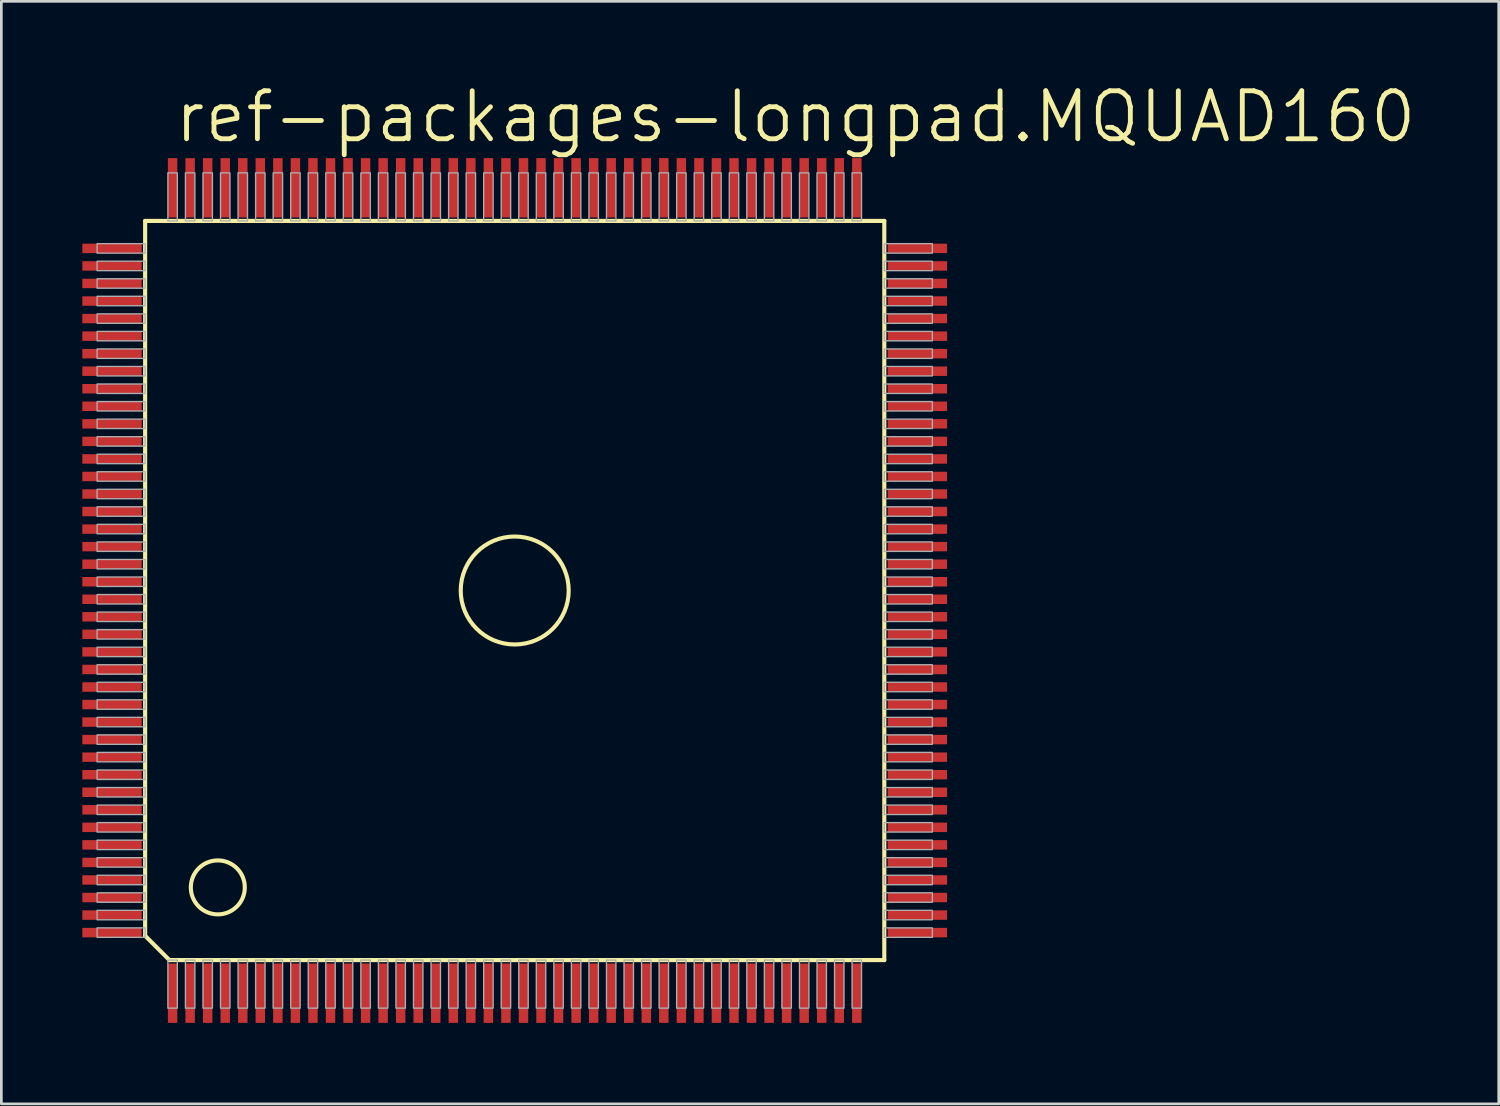
<source format=kicad_pcb>
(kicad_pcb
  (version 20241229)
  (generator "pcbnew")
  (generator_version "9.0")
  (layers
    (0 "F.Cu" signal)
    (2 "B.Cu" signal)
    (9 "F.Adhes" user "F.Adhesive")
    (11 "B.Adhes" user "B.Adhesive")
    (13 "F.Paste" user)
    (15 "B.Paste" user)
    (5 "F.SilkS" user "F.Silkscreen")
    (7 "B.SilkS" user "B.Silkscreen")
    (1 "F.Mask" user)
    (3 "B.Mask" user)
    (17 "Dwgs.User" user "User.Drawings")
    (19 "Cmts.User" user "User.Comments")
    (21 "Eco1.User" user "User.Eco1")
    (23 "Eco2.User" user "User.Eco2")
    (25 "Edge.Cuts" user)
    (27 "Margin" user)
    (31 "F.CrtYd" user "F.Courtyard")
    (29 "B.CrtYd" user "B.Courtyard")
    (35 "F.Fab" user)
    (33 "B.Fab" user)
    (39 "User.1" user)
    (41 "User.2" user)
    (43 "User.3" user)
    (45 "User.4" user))
  (footprint "ref-packages-longpad.MQUAD160"
    (layer "F.Cu")
    (at 16.02 18.828)
    (property "Reference" "ref-packages-longpad.MQUAD160" (at -12.7 -16.51 0) (layer "F.SilkS") (effects (font (size 1.778 1.778) (thickness 0.18)) (justify left bottom)))
    (attr smd)
    (fp_line (start -13.693 -13.693) (end 13.693 -13.693) (stroke (width 0.152) (type default)) (layer "F.SilkS"))
    (fp_line (start -13.693 12.793) (end -13.693 -13.693) (stroke (width 0.152) (type default)) (layer "F.SilkS"))
    (fp_line (start -12.793 13.693) (end -13.693 12.793) (stroke (width 0.152) (type default)) (layer "F.SilkS"))
    (fp_line (start 13.693 -13.693) (end 13.693 13.693) (stroke (width 0.152) (type default)) (layer "F.SilkS"))
    (fp_line (start 13.693 13.693) (end -12.793 13.693) (stroke (width 0.152) (type default)) (layer "F.SilkS"))
    (fp_circle (center -11 11) (end -10 11) (stroke (width 0.152) (type default)) (fill no) (layer "F.SilkS"))
    (fp_circle (center 0 0) (end 2 0) (stroke (width 0.152) (type default)) (fill no) (layer "F.SilkS"))
    (fp_rect (start -15.473 -12.5) (end -13.693 -12.85) (stroke (width 0.05) (type default)) (fill no) (layer "F.Fab"))
    (fp_rect (start -15.473 -11.85) (end -13.693 -12.2) (stroke (width 0.05) (type default)) (fill no) (layer "F.Fab"))
    (fp_rect (start -15.473 -11.2) (end -13.693 -11.55) (stroke (width 0.05) (type default)) (fill no) (layer "F.Fab"))
    (fp_rect (start -15.473 -10.55) (end -13.693 -10.9) (stroke (width 0.05) (type default)) (fill no) (layer "F.Fab"))
    (fp_rect (start -15.473 -9.9) (end -13.693 -10.25) (stroke (width 0.05) (type default)) (fill no) (layer "F.Fab"))
    (fp_rect (start -15.473 -9.25) (end -13.693 -9.6) (stroke (width 0.05) (type default)) (fill no) (layer "F.Fab"))
    (fp_rect (start -15.473 -8.6) (end -13.693 -8.95) (stroke (width 0.05) (type default)) (fill no) (layer "F.Fab"))
    (fp_rect (start -15.473 -7.95) (end -13.693 -8.3) (stroke (width 0.05) (type default)) (fill no) (layer "F.Fab"))
    (fp_rect (start -15.473 -7.3) (end -13.693 -7.65) (stroke (width 0.05) (type default)) (fill no) (layer "F.Fab"))
    (fp_rect (start -15.473 -6.65) (end -13.693 -7) (stroke (width 0.05) (type default)) (fill no) (layer "F.Fab"))
    (fp_rect (start -15.473 -6) (end -13.693 -6.35) (stroke (width 0.05) (type default)) (fill no) (layer "F.Fab"))
    (fp_rect (start -15.473 -5.35) (end -13.693 -5.7) (stroke (width 0.05) (type default)) (fill no) (layer "F.Fab"))
    (fp_rect (start -15.473 -4.7) (end -13.693 -5.05) (stroke (width 0.05) (type default)) (fill no) (layer "F.Fab"))
    (fp_rect (start -15.473 -4.05) (end -13.693 -4.4) (stroke (width 0.05) (type default)) (fill no) (layer "F.Fab"))
    (fp_rect (start -15.473 -3.4) (end -13.693 -3.75) (stroke (width 0.05) (type default)) (fill no) (layer "F.Fab"))
    (fp_rect (start -15.473 -2.75) (end -13.693 -3.1) (stroke (width 0.05) (type default)) (fill no) (layer "F.Fab"))
    (fp_rect (start -15.473 -2.1) (end -13.693 -2.45) (stroke (width 0.05) (type default)) (fill no) (layer "F.Fab"))
    (fp_rect (start -15.473 -1.45) (end -13.693 -1.8) (stroke (width 0.05) (type default)) (fill no) (layer "F.Fab"))
    (fp_rect (start -15.473 -0.8) (end -13.693 -1.15) (stroke (width 0.05) (type default)) (fill no) (layer "F.Fab"))
    (fp_rect (start -15.473 -0.15) (end -13.693 -0.5) (stroke (width 0.05) (type default)) (fill no) (layer "F.Fab"))
    (fp_rect (start -15.473 0.5) (end -13.693 0.15) (stroke (width 0.05) (type default)) (fill no) (layer "F.Fab"))
    (fp_rect (start -15.473 1.15) (end -13.693 0.8) (stroke (width 0.05) (type default)) (fill no) (layer "F.Fab"))
    (fp_rect (start -15.473 1.8) (end -13.693 1.45) (stroke (width 0.05) (type default)) (fill no) (layer "F.Fab"))
    (fp_rect (start -15.473 2.45) (end -13.693 2.1) (stroke (width 0.05) (type default)) (fill no) (layer "F.Fab"))
    (fp_rect (start -15.473 3.1) (end -13.693 2.75) (stroke (width 0.05) (type default)) (fill no) (layer "F.Fab"))
    (fp_rect (start -15.473 3.75) (end -13.693 3.4) (stroke (width 0.05) (type default)) (fill no) (layer "F.Fab"))
    (fp_rect (start -15.473 4.4) (end -13.693 4.05) (stroke (width 0.05) (type default)) (fill no) (layer "F.Fab"))
    (fp_rect (start -15.473 5.05) (end -13.693 4.7) (stroke (width 0.05) (type default)) (fill no) (layer "F.Fab"))
    (fp_rect (start -15.473 5.7) (end -13.693 5.35) (stroke (width 0.05) (type default)) (fill no) (layer "F.Fab"))
    (fp_rect (start -15.473 6.35) (end -13.693 6) (stroke (width 0.05) (type default)) (fill no) (layer "F.Fab"))
    (fp_rect (start -15.473 7) (end -13.693 6.65) (stroke (width 0.05) (type default)) (fill no) (layer "F.Fab"))
    (fp_rect (start -15.473 7.65) (end -13.693 7.3) (stroke (width 0.05) (type default)) (fill no) (layer "F.Fab"))
    (fp_rect (start -15.473 8.3) (end -13.693 7.95) (stroke (width 0.05) (type default)) (fill no) (layer "F.Fab"))
    (fp_rect (start -15.473 8.95) (end -13.693 8.6) (stroke (width 0.05) (type default)) (fill no) (layer "F.Fab"))
    (fp_rect (start -15.473 9.6) (end -13.693 9.25) (stroke (width 0.05) (type default)) (fill no) (layer "F.Fab"))
    (fp_rect (start -15.473 10.25) (end -13.693 9.9) (stroke (width 0.05) (type default)) (fill no) (layer "F.Fab"))
    (fp_rect (start -15.473 10.9) (end -13.693 10.55) (stroke (width 0.05) (type default)) (fill no) (layer "F.Fab"))
    (fp_rect (start -15.473 11.55) (end -13.693 11.2) (stroke (width 0.05) (type default)) (fill no) (layer "F.Fab"))
    (fp_rect (start -15.473 12.2) (end -13.693 11.85) (stroke (width 0.05) (type default)) (fill no) (layer "F.Fab"))
    (fp_rect (start -15.473 12.85) (end -13.693 12.5) (stroke (width 0.05) (type default)) (fill no) (layer "F.Fab"))
    (fp_rect (start -12.85 -13.693) (end -12.5 -15.473) (stroke (width 0.05) (type default)) (fill no) (layer "F.Fab"))
    (fp_rect (start -12.85 15.473) (end -12.5 13.693) (stroke (width 0.05) (type default)) (fill no) (layer "F.Fab"))
    (fp_rect (start -12.2 -13.693) (end -11.85 -15.473) (stroke (width 0.05) (type default)) (fill no) (layer "F.Fab"))
    (fp_rect (start -12.2 15.473) (end -11.85 13.693) (stroke (width 0.05) (type default)) (fill no) (layer "F.Fab"))
    (fp_rect (start -11.55 -13.693) (end -11.2 -15.473) (stroke (width 0.05) (type default)) (fill no) (layer "F.Fab"))
    (fp_rect (start -11.55 15.473) (end -11.2 13.693) (stroke (width 0.05) (type default)) (fill no) (layer "F.Fab"))
    (fp_rect (start -10.9 -13.693) (end -10.55 -15.473) (stroke (width 0.05) (type default)) (fill no) (layer "F.Fab"))
    (fp_rect (start -10.9 15.473) (end -10.55 13.693) (stroke (width 0.05) (type default)) (fill no) (layer "F.Fab"))
    (fp_rect (start -10.25 -13.693) (end -9.9 -15.473) (stroke (width 0.05) (type default)) (fill no) (layer "F.Fab"))
    (fp_rect (start -10.25 15.473) (end -9.9 13.693) (stroke (width 0.05) (type default)) (fill no) (layer "F.Fab"))
    (fp_rect (start -9.6 -13.693) (end -9.25 -15.473) (stroke (width 0.05) (type default)) (fill no) (layer "F.Fab"))
    (fp_rect (start -9.6 15.473) (end -9.25 13.693) (stroke (width 0.05) (type default)) (fill no) (layer "F.Fab"))
    (fp_rect (start -8.95 -13.693) (end -8.6 -15.473) (stroke (width 0.05) (type default)) (fill no) (layer "F.Fab"))
    (fp_rect (start -8.95 15.473) (end -8.6 13.693) (stroke (width 0.05) (type default)) (fill no) (layer "F.Fab"))
    (fp_rect (start -8.3 -13.693) (end -7.95 -15.473) (stroke (width 0.05) (type default)) (fill no) (layer "F.Fab"))
    (fp_rect (start -8.3 15.473) (end -7.95 13.693) (stroke (width 0.05) (type default)) (fill no) (layer "F.Fab"))
    (fp_rect (start -7.65 -13.693) (end -7.3 -15.473) (stroke (width 0.05) (type default)) (fill no) (layer "F.Fab"))
    (fp_rect (start -7.65 15.473) (end -7.3 13.693) (stroke (width 0.05) (type default)) (fill no) (layer "F.Fab"))
    (fp_rect (start -7 -13.693) (end -6.65 -15.473) (stroke (width 0.05) (type default)) (fill no) (layer "F.Fab"))
    (fp_rect (start -7 15.473) (end -6.65 13.693) (stroke (width 0.05) (type default)) (fill no) (layer "F.Fab"))
    (fp_rect (start -6.35 -13.693) (end -6 -15.473) (stroke (width 0.05) (type default)) (fill no) (layer "F.Fab"))
    (fp_rect (start -6.35 15.473) (end -6 13.693) (stroke (width 0.05) (type default)) (fill no) (layer "F.Fab"))
    (fp_rect (start -5.7 -13.693) (end -5.35 -15.473) (stroke (width 0.05) (type default)) (fill no) (layer "F.Fab"))
    (fp_rect (start -5.7 15.473) (end -5.35 13.693) (stroke (width 0.05) (type default)) (fill no) (layer "F.Fab"))
    (fp_rect (start -5.05 -13.693) (end -4.7 -15.473) (stroke (width 0.05) (type default)) (fill no) (layer "F.Fab"))
    (fp_rect (start -5.05 15.473) (end -4.7 13.693) (stroke (width 0.05) (type default)) (fill no) (layer "F.Fab"))
    (fp_rect (start -4.4 -13.693) (end -4.05 -15.473) (stroke (width 0.05) (type default)) (fill no) (layer "F.Fab"))
    (fp_rect (start -4.4 15.473) (end -4.05 13.693) (stroke (width 0.05) (type default)) (fill no) (layer "F.Fab"))
    (fp_rect (start -3.75 -13.693) (end -3.4 -15.473) (stroke (width 0.05) (type default)) (fill no) (layer "F.Fab"))
    (fp_rect (start -3.75 15.473) (end -3.4 13.693) (stroke (width 0.05) (type default)) (fill no) (layer "F.Fab"))
    (fp_rect (start -3.1 -13.693) (end -2.75 -15.473) (stroke (width 0.05) (type default)) (fill no) (layer "F.Fab"))
    (fp_rect (start -3.1 15.473) (end -2.75 13.693) (stroke (width 0.05) (type default)) (fill no) (layer "F.Fab"))
    (fp_rect (start -2.45 -13.693) (end -2.1 -15.473) (stroke (width 0.05) (type default)) (fill no) (layer "F.Fab"))
    (fp_rect (start -2.45 15.473) (end -2.1 13.693) (stroke (width 0.05) (type default)) (fill no) (layer "F.Fab"))
    (fp_rect (start -1.8 -13.693) (end -1.45 -15.473) (stroke (width 0.05) (type default)) (fill no) (layer "F.Fab"))
    (fp_rect (start -1.8 15.473) (end -1.45 13.693) (stroke (width 0.05) (type default)) (fill no) (layer "F.Fab"))
    (fp_rect (start -1.15 -13.693) (end -0.8 -15.473) (stroke (width 0.05) (type default)) (fill no) (layer "F.Fab"))
    (fp_rect (start -1.15 15.473) (end -0.8 13.693) (stroke (width 0.05) (type default)) (fill no) (layer "F.Fab"))
    (fp_rect (start -0.5 -13.693) (end -0.15 -15.473) (stroke (width 0.05) (type default)) (fill no) (layer "F.Fab"))
    (fp_rect (start -0.5 15.473) (end -0.15 13.693) (stroke (width 0.05) (type default)) (fill no) (layer "F.Fab"))
    (fp_rect (start 0.15 -13.693) (end 0.5 -15.473) (stroke (width 0.05) (type default)) (fill no) (layer "F.Fab"))
    (fp_rect (start 0.15 15.473) (end 0.5 13.693) (stroke (width 0.05) (type default)) (fill no) (layer "F.Fab"))
    (fp_rect (start 0.8 -13.693) (end 1.15 -15.473) (stroke (width 0.05) (type default)) (fill no) (layer "F.Fab"))
    (fp_rect (start 0.8 15.473) (end 1.15 13.693) (stroke (width 0.05) (type default)) (fill no) (layer "F.Fab"))
    (fp_rect (start 1.45 -13.693) (end 1.8 -15.473) (stroke (width 0.05) (type default)) (fill no) (layer "F.Fab"))
    (fp_rect (start 1.45 15.473) (end 1.8 13.693) (stroke (width 0.05) (type default)) (fill no) (layer "F.Fab"))
    (fp_rect (start 2.1 -13.693) (end 2.45 -15.473) (stroke (width 0.05) (type default)) (fill no) (layer "F.Fab"))
    (fp_rect (start 2.1 15.473) (end 2.45 13.693) (stroke (width 0.05) (type default)) (fill no) (layer "F.Fab"))
    (fp_rect (start 2.75 -13.693) (end 3.1 -15.473) (stroke (width 0.05) (type default)) (fill no) (layer "F.Fab"))
    (fp_rect (start 2.75 15.473) (end 3.1 13.693) (stroke (width 0.05) (type default)) (fill no) (layer "F.Fab"))
    (fp_rect (start 3.4 -13.693) (end 3.75 -15.473) (stroke (width 0.05) (type default)) (fill no) (layer "F.Fab"))
    (fp_rect (start 3.4 15.473) (end 3.75 13.693) (stroke (width 0.05) (type default)) (fill no) (layer "F.Fab"))
    (fp_rect (start 4.05 -13.693) (end 4.4 -15.473) (stroke (width 0.05) (type default)) (fill no) (layer "F.Fab"))
    (fp_rect (start 4.05 15.473) (end 4.4 13.693) (stroke (width 0.05) (type default)) (fill no) (layer "F.Fab"))
    (fp_rect (start 4.7 -13.693) (end 5.05 -15.473) (stroke (width 0.05) (type default)) (fill no) (layer "F.Fab"))
    (fp_rect (start 4.7 15.473) (end 5.05 13.693) (stroke (width 0.05) (type default)) (fill no) (layer "F.Fab"))
    (fp_rect (start 5.35 -13.693) (end 5.7 -15.473) (stroke (width 0.05) (type default)) (fill no) (layer "F.Fab"))
    (fp_rect (start 5.35 15.473) (end 5.7 13.693) (stroke (width 0.05) (type default)) (fill no) (layer "F.Fab"))
    (fp_rect (start 6 -13.693) (end 6.35 -15.473) (stroke (width 0.05) (type default)) (fill no) (layer "F.Fab"))
    (fp_rect (start 6 15.473) (end 6.35 13.693) (stroke (width 0.05) (type default)) (fill no) (layer "F.Fab"))
    (fp_rect (start 6.65 -13.693) (end 7 -15.473) (stroke (width 0.05) (type default)) (fill no) (layer "F.Fab"))
    (fp_rect (start 6.65 15.473) (end 7 13.693) (stroke (width 0.05) (type default)) (fill no) (layer "F.Fab"))
    (fp_rect (start 7.3 -13.693) (end 7.65 -15.473) (stroke (width 0.05) (type default)) (fill no) (layer "F.Fab"))
    (fp_rect (start 7.3 15.473) (end 7.65 13.693) (stroke (width 0.05) (type default)) (fill no) (layer "F.Fab"))
    (fp_rect (start 7.95 -13.693) (end 8.3 -15.473) (stroke (width 0.05) (type default)) (fill no) (layer "F.Fab"))
    (fp_rect (start 7.95 15.473) (end 8.3 13.693) (stroke (width 0.05) (type default)) (fill no) (layer "F.Fab"))
    (fp_rect (start 8.6 -13.693) (end 8.95 -15.473) (stroke (width 0.05) (type default)) (fill no) (layer "F.Fab"))
    (fp_rect (start 8.6 15.473) (end 8.95 13.693) (stroke (width 0.05) (type default)) (fill no) (layer "F.Fab"))
    (fp_rect (start 9.25 -13.693) (end 9.6 -15.473) (stroke (width 0.05) (type default)) (fill no) (layer "F.Fab"))
    (fp_rect (start 9.25 15.473) (end 9.6 13.693) (stroke (width 0.05) (type default)) (fill no) (layer "F.Fab"))
    (fp_rect (start 9.9 -13.693) (end 10.25 -15.473) (stroke (width 0.05) (type default)) (fill no) (layer "F.Fab"))
    (fp_rect (start 9.9 15.473) (end 10.25 13.693) (stroke (width 0.05) (type default)) (fill no) (layer "F.Fab"))
    (fp_rect (start 10.55 -13.693) (end 10.9 -15.473) (stroke (width 0.05) (type default)) (fill no) (layer "F.Fab"))
    (fp_rect (start 10.55 15.473) (end 10.9 13.693) (stroke (width 0.05) (type default)) (fill no) (layer "F.Fab"))
    (fp_rect (start 11.2 -13.693) (end 11.55 -15.473) (stroke (width 0.05) (type default)) (fill no) (layer "F.Fab"))
    (fp_rect (start 11.2 15.473) (end 11.55 13.693) (stroke (width 0.05) (type default)) (fill no) (layer "F.Fab"))
    (fp_rect (start 11.85 -13.693) (end 12.2 -15.473) (stroke (width 0.05) (type default)) (fill no) (layer "F.Fab"))
    (fp_rect (start 11.85 15.473) (end 12.2 13.693) (stroke (width 0.05) (type default)) (fill no) (layer "F.Fab"))
    (fp_rect (start 12.5 -13.693) (end 12.85 -15.473) (stroke (width 0.05) (type default)) (fill no) (layer "F.Fab"))
    (fp_rect (start 12.5 15.473) (end 12.85 13.693) (stroke (width 0.05) (type default)) (fill no) (layer "F.Fab"))
    (fp_rect (start 13.693 -12.5) (end 15.473 -12.85) (stroke (width 0.05) (type default)) (fill no) (layer "F.Fab"))
    (fp_rect (start 13.693 -11.85) (end 15.473 -12.2) (stroke (width 0.05) (type default)) (fill no) (layer "F.Fab"))
    (fp_rect (start 13.693 -11.2) (end 15.473 -11.55) (stroke (width 0.05) (type default)) (fill no) (layer "F.Fab"))
    (fp_rect (start 13.693 -10.55) (end 15.473 -10.9) (stroke (width 0.05) (type default)) (fill no) (layer "F.Fab"))
    (fp_rect (start 13.693 -9.9) (end 15.473 -10.25) (stroke (width 0.05) (type default)) (fill no) (layer "F.Fab"))
    (fp_rect (start 13.693 -9.25) (end 15.473 -9.6) (stroke (width 0.05) (type default)) (fill no) (layer "F.Fab"))
    (fp_rect (start 13.693 -8.6) (end 15.473 -8.95) (stroke (width 0.05) (type default)) (fill no) (layer "F.Fab"))
    (fp_rect (start 13.693 -7.95) (end 15.473 -8.3) (stroke (width 0.05) (type default)) (fill no) (layer "F.Fab"))
    (fp_rect (start 13.693 -7.3) (end 15.473 -7.65) (stroke (width 0.05) (type default)) (fill no) (layer "F.Fab"))
    (fp_rect (start 13.693 -6.65) (end 15.473 -7) (stroke (width 0.05) (type default)) (fill no) (layer "F.Fab"))
    (fp_rect (start 13.693 -6) (end 15.473 -6.35) (stroke (width 0.05) (type default)) (fill no) (layer "F.Fab"))
    (fp_rect (start 13.693 -5.35) (end 15.473 -5.7) (stroke (width 0.05) (type default)) (fill no) (layer "F.Fab"))
    (fp_rect (start 13.693 -4.7) (end 15.473 -5.05) (stroke (width 0.05) (type default)) (fill no) (layer "F.Fab"))
    (fp_rect (start 13.693 -4.05) (end 15.473 -4.4) (stroke (width 0.05) (type default)) (fill no) (layer "F.Fab"))
    (fp_rect (start 13.693 -3.4) (end 15.473 -3.75) (stroke (width 0.05) (type default)) (fill no) (layer "F.Fab"))
    (fp_rect (start 13.693 -2.75) (end 15.473 -3.1) (stroke (width 0.05) (type default)) (fill no) (layer "F.Fab"))
    (fp_rect (start 13.693 -2.1) (end 15.473 -2.45) (stroke (width 0.05) (type default)) (fill no) (layer "F.Fab"))
    (fp_rect (start 13.693 -1.45) (end 15.473 -1.8) (stroke (width 0.05) (type default)) (fill no) (layer "F.Fab"))
    (fp_rect (start 13.693 -0.8) (end 15.473 -1.15) (stroke (width 0.05) (type default)) (fill no) (layer "F.Fab"))
    (fp_rect (start 13.693 -0.15) (end 15.473 -0.5) (stroke (width 0.05) (type default)) (fill no) (layer "F.Fab"))
    (fp_rect (start 13.693 0.5) (end 15.473 0.15) (stroke (width 0.05) (type default)) (fill no) (layer "F.Fab"))
    (fp_rect (start 13.693 1.15) (end 15.473 0.8) (stroke (width 0.05) (type default)) (fill no) (layer "F.Fab"))
    (fp_rect (start 13.693 1.8) (end 15.473 1.45) (stroke (width 0.05) (type default)) (fill no) (layer "F.Fab"))
    (fp_rect (start 13.693 2.45) (end 15.473 2.1) (stroke (width 0.05) (type default)) (fill no) (layer "F.Fab"))
    (fp_rect (start 13.693 3.1) (end 15.473 2.75) (stroke (width 0.05) (type default)) (fill no) (layer "F.Fab"))
    (fp_rect (start 13.693 3.75) (end 15.473 3.4) (stroke (width 0.05) (type default)) (fill no) (layer "F.Fab"))
    (fp_rect (start 13.693 4.4) (end 15.473 4.05) (stroke (width 0.05) (type default)) (fill no) (layer "F.Fab"))
    (fp_rect (start 13.693 5.05) (end 15.473 4.7) (stroke (width 0.05) (type default)) (fill no) (layer "F.Fab"))
    (fp_rect (start 13.693 5.7) (end 15.473 5.35) (stroke (width 0.05) (type default)) (fill no) (layer "F.Fab"))
    (fp_rect (start 13.693 6.35) (end 15.473 6) (stroke (width 0.05) (type default)) (fill no) (layer "F.Fab"))
    (fp_rect (start 13.693 7) (end 15.473 6.65) (stroke (width 0.05) (type default)) (fill no) (layer "F.Fab"))
    (fp_rect (start 13.693 7.65) (end 15.473 7.3) (stroke (width 0.05) (type default)) (fill no) (layer "F.Fab"))
    (fp_rect (start 13.693 8.3) (end 15.473 7.95) (stroke (width 0.05) (type default)) (fill no) (layer "F.Fab"))
    (fp_rect (start 13.693 8.95) (end 15.473 8.6) (stroke (width 0.05) (type default)) (fill no) (layer "F.Fab"))
    (fp_rect (start 13.693 9.6) (end 15.473 9.25) (stroke (width 0.05) (type default)) (fill no) (layer "F.Fab"))
    (fp_rect (start 13.693 10.25) (end 15.473 9.9) (stroke (width 0.05) (type default)) (fill no) (layer "F.Fab"))
    (fp_rect (start 13.693 10.9) (end 15.473 10.55) (stroke (width 0.05) (type default)) (fill no) (layer "F.Fab"))
    (fp_rect (start 13.693 11.55) (end 15.473 11.2) (stroke (width 0.05) (type default)) (fill no) (layer "F.Fab"))
    (fp_rect (start 13.693 12.2) (end 15.473 11.85) (stroke (width 0.05) (type default)) (fill no) (layer "F.Fab"))
    (fp_rect (start 13.693 12.85) (end 15.473 12.5) (stroke (width 0.05) (type default)) (fill no) (layer "F.Fab"))
    (pad "1" smd roundrect (at -12.675 14.92) (size 0.35 2.2) (layers "F.Cu" "F.Mask" "F.Paste") (roundrect_rratio 0.01))
    (pad "2" smd roundrect (at -12.025 14.92) (size 0.35 2.2) (layers "F.Cu" "F.Mask" "F.Paste") (roundrect_rratio 0.01))
    (pad "3" smd roundrect (at -11.375 14.92) (size 0.35 2.2) (layers "F.Cu" "F.Mask" "F.Paste") (roundrect_rratio 0.01))
    (pad "4" smd roundrect (at -10.725 14.92) (size 0.35 2.2) (layers "F.Cu" "F.Mask" "F.Paste") (roundrect_rratio 0.01))
    (pad "5" smd roundrect (at -10.075 14.92) (size 0.35 2.2) (layers "F.Cu" "F.Mask" "F.Paste") (roundrect_rratio 0.01))
    (pad "6" smd roundrect (at -9.425 14.92) (size 0.35 2.2) (layers "F.Cu" "F.Mask" "F.Paste") (roundrect_rratio 0.01))
    (pad "7" smd roundrect (at -8.775 14.92) (size 0.35 2.2) (layers "F.Cu" "F.Mask" "F.Paste") (roundrect_rratio 0.01))
    (pad "8" smd roundrect (at -8.125 14.92) (size 0.35 2.2) (layers "F.Cu" "F.Mask" "F.Paste") (roundrect_rratio 0.01))
    (pad "9" smd roundrect (at -7.475 14.92) (size 0.35 2.2) (layers "F.Cu" "F.Mask" "F.Paste") (roundrect_rratio 0.01))
    (pad "10" smd roundrect (at -6.825 14.92) (size 0.35 2.2) (layers "F.Cu" "F.Mask" "F.Paste") (roundrect_rratio 0.01))
    (pad "11" smd roundrect (at -6.175 14.92) (size 0.35 2.2) (layers "F.Cu" "F.Mask" "F.Paste") (roundrect_rratio 0.01))
    (pad "12" smd roundrect (at -5.525 14.92) (size 0.35 2.2) (layers "F.Cu" "F.Mask" "F.Paste") (roundrect_rratio 0.01))
    (pad "13" smd roundrect (at -4.875 14.92) (size 0.35 2.2) (layers "F.Cu" "F.Mask" "F.Paste") (roundrect_rratio 0.01))
    (pad "14" smd roundrect (at -4.225 14.92) (size 0.35 2.2) (layers "F.Cu" "F.Mask" "F.Paste") (roundrect_rratio 0.01))
    (pad "15" smd roundrect (at -3.575 14.92) (size 0.35 2.2) (layers "F.Cu" "F.Mask" "F.Paste") (roundrect_rratio 0.01))
    (pad "16" smd roundrect (at -2.925 14.92) (size 0.35 2.2) (layers "F.Cu" "F.Mask" "F.Paste") (roundrect_rratio 0.01))
    (pad "17" smd roundrect (at -2.275 14.92) (size 0.35 2.2) (layers "F.Cu" "F.Mask" "F.Paste") (roundrect_rratio 0.01))
    (pad "18" smd roundrect (at -1.625 14.92) (size 0.35 2.2) (layers "F.Cu" "F.Mask" "F.Paste") (roundrect_rratio 0.01))
    (pad "19" smd roundrect (at -0.975 14.92) (size 0.35 2.2) (layers "F.Cu" "F.Mask" "F.Paste") (roundrect_rratio 0.01))
    (pad "20" smd roundrect (at -0.325 14.92) (size 0.35 2.2) (layers "F.Cu" "F.Mask" "F.Paste") (roundrect_rratio 0.01))
    (pad "21" smd roundrect (at 0.325 14.92) (size 0.35 2.2) (layers "F.Cu" "F.Mask" "F.Paste") (roundrect_rratio 0.01))
    (pad "22" smd roundrect (at 0.975 14.92) (size 0.35 2.2) (layers "F.Cu" "F.Mask" "F.Paste") (roundrect_rratio 0.01))
    (pad "23" smd roundrect (at 1.625 14.92) (size 0.35 2.2) (layers "F.Cu" "F.Mask" "F.Paste") (roundrect_rratio 0.01))
    (pad "24" smd roundrect (at 2.275 14.92) (size 0.35 2.2) (layers "F.Cu" "F.Mask" "F.Paste") (roundrect_rratio 0.01))
    (pad "25" smd roundrect (at 2.925 14.92) (size 0.35 2.2) (layers "F.Cu" "F.Mask" "F.Paste") (roundrect_rratio 0.01))
    (pad "26" smd roundrect (at 3.575 14.92) (size 0.35 2.2) (layers "F.Cu" "F.Mask" "F.Paste") (roundrect_rratio 0.01))
    (pad "27" smd roundrect (at 4.225 14.92) (size 0.35 2.2) (layers "F.Cu" "F.Mask" "F.Paste") (roundrect_rratio 0.01))
    (pad "28" smd roundrect (at 4.875 14.92) (size 0.35 2.2) (layers "F.Cu" "F.Mask" "F.Paste") (roundrect_rratio 0.01))
    (pad "29" smd roundrect (at 5.525 14.92) (size 0.35 2.2) (layers "F.Cu" "F.Mask" "F.Paste") (roundrect_rratio 0.01))
    (pad "30" smd roundrect (at 6.175 14.92) (size 0.35 2.2) (layers "F.Cu" "F.Mask" "F.Paste") (roundrect_rratio 0.01))
    (pad "31" smd roundrect (at 6.825 14.92) (size 0.35 2.2) (layers "F.Cu" "F.Mask" "F.Paste") (roundrect_rratio 0.01))
    (pad "32" smd roundrect (at 7.475 14.92) (size 0.35 2.2) (layers "F.Cu" "F.Mask" "F.Paste") (roundrect_rratio 0.01))
    (pad "33" smd roundrect (at 8.125 14.92) (size 0.35 2.2) (layers "F.Cu" "F.Mask" "F.Paste") (roundrect_rratio 0.01))
    (pad "34" smd roundrect (at 8.775 14.92) (size 0.35 2.2) (layers "F.Cu" "F.Mask" "F.Paste") (roundrect_rratio 0.01))
    (pad "35" smd roundrect (at 9.425 14.92) (size 0.35 2.2) (layers "F.Cu" "F.Mask" "F.Paste") (roundrect_rratio 0.01))
    (pad "36" smd roundrect (at 10.075 14.92) (size 0.35 2.2) (layers "F.Cu" "F.Mask" "F.Paste") (roundrect_rratio 0.01))
    (pad "37" smd roundrect (at 10.725 14.92) (size 0.35 2.2) (layers "F.Cu" "F.Mask" "F.Paste") (roundrect_rratio 0.01))
    (pad "38" smd roundrect (at 11.375 14.92) (size 0.35 2.2) (layers "F.Cu" "F.Mask" "F.Paste") (roundrect_rratio 0.01))
    (pad "39" smd roundrect (at 12.025 14.92) (size 0.35 2.2) (layers "F.Cu" "F.Mask" "F.Paste") (roundrect_rratio 0.01))
    (pad "40" smd roundrect (at 12.675 14.92) (size 0.35 2.2) (layers "F.Cu" "F.Mask" "F.Paste") (roundrect_rratio 0.01))
    (pad "41" smd roundrect (at 14.92 12.675) (size 2.2 0.35) (layers "F.Cu" "F.Mask" "F.Paste") (roundrect_rratio 0.01))
    (pad "42" smd roundrect (at 14.92 12.025) (size 2.2 0.35) (layers "F.Cu" "F.Mask" "F.Paste") (roundrect_rratio 0.01))
    (pad "43" smd roundrect (at 14.92 11.375) (size 2.2 0.35) (layers "F.Cu" "F.Mask" "F.Paste") (roundrect_rratio 0.01))
    (pad "44" smd roundrect (at 14.92 10.725) (size 2.2 0.35) (layers "F.Cu" "F.Mask" "F.Paste") (roundrect_rratio 0.01))
    (pad "45" smd roundrect (at 14.92 10.075) (size 2.2 0.35) (layers "F.Cu" "F.Mask" "F.Paste") (roundrect_rratio 0.01))
    (pad "46" smd roundrect (at 14.92 9.425) (size 2.2 0.35) (layers "F.Cu" "F.Mask" "F.Paste") (roundrect_rratio 0.01))
    (pad "47" smd roundrect (at 14.92 8.775) (size 2.2 0.35) (layers "F.Cu" "F.Mask" "F.Paste") (roundrect_rratio 0.01))
    (pad "48" smd roundrect (at 14.92 8.125) (size 2.2 0.35) (layers "F.Cu" "F.Mask" "F.Paste") (roundrect_rratio 0.01))
    (pad "49" smd roundrect (at 14.92 7.475) (size 2.2 0.35) (layers "F.Cu" "F.Mask" "F.Paste") (roundrect_rratio 0.01))
    (pad "50" smd roundrect (at 14.92 6.825) (size 2.2 0.35) (layers "F.Cu" "F.Mask" "F.Paste") (roundrect_rratio 0.01))
    (pad "51" smd roundrect (at 14.92 6.175) (size 2.2 0.35) (layers "F.Cu" "F.Mask" "F.Paste") (roundrect_rratio 0.01))
    (pad "52" smd roundrect (at 14.92 5.525) (size 2.2 0.35) (layers "F.Cu" "F.Mask" "F.Paste") (roundrect_rratio 0.01))
    (pad "53" smd roundrect (at 14.92 4.875) (size 2.2 0.35) (layers "F.Cu" "F.Mask" "F.Paste") (roundrect_rratio 0.01))
    (pad "54" smd roundrect (at 14.92 4.225) (size 2.2 0.35) (layers "F.Cu" "F.Mask" "F.Paste") (roundrect_rratio 0.01))
    (pad "55" smd roundrect (at 14.92 3.575) (size 2.2 0.35) (layers "F.Cu" "F.Mask" "F.Paste") (roundrect_rratio 0.01))
    (pad "56" smd roundrect (at 14.92 2.925) (size 2.2 0.35) (layers "F.Cu" "F.Mask" "F.Paste") (roundrect_rratio 0.01))
    (pad "57" smd roundrect (at 14.92 2.275) (size 2.2 0.35) (layers "F.Cu" "F.Mask" "F.Paste") (roundrect_rratio 0.01))
    (pad "58" smd roundrect (at 14.92 1.625) (size 2.2 0.35) (layers "F.Cu" "F.Mask" "F.Paste") (roundrect_rratio 0.01))
    (pad "59" smd roundrect (at 14.92 0.975) (size 2.2 0.35) (layers "F.Cu" "F.Mask" "F.Paste") (roundrect_rratio 0.01))
    (pad "60" smd roundrect (at 14.92 0.325) (size 2.2 0.35) (layers "F.Cu" "F.Mask" "F.Paste") (roundrect_rratio 0.01))
    (pad "61" smd roundrect (at 14.92 -0.325) (size 2.2 0.35) (layers "F.Cu" "F.Mask" "F.Paste") (roundrect_rratio 0.01))
    (pad "62" smd roundrect (at 14.92 -0.975) (size 2.2 0.35) (layers "F.Cu" "F.Mask" "F.Paste") (roundrect_rratio 0.01))
    (pad "63" smd roundrect (at 14.92 -1.625) (size 2.2 0.35) (layers "F.Cu" "F.Mask" "F.Paste") (roundrect_rratio 0.01))
    (pad "64" smd roundrect (at 14.92 -2.275) (size 2.2 0.35) (layers "F.Cu" "F.Mask" "F.Paste") (roundrect_rratio 0.01))
    (pad "65" smd roundrect (at 14.92 -2.925) (size 2.2 0.35) (layers "F.Cu" "F.Mask" "F.Paste") (roundrect_rratio 0.01))
    (pad "66" smd roundrect (at 14.92 -3.575) (size 2.2 0.35) (layers "F.Cu" "F.Mask" "F.Paste") (roundrect_rratio 0.01))
    (pad "67" smd roundrect (at 14.92 -4.225) (size 2.2 0.35) (layers "F.Cu" "F.Mask" "F.Paste") (roundrect_rratio 0.01))
    (pad "68" smd roundrect (at 14.92 -4.875) (size 2.2 0.35) (layers "F.Cu" "F.Mask" "F.Paste") (roundrect_rratio 0.01))
    (pad "69" smd roundrect (at 14.92 -5.525) (size 2.2 0.35) (layers "F.Cu" "F.Mask" "F.Paste") (roundrect_rratio 0.01))
    (pad "70" smd roundrect (at 14.92 -6.175) (size 2.2 0.35) (layers "F.Cu" "F.Mask" "F.Paste") (roundrect_rratio 0.01))
    (pad "71" smd roundrect (at 14.92 -6.825) (size 2.2 0.35) (layers "F.Cu" "F.Mask" "F.Paste") (roundrect_rratio 0.01))
    (pad "72" smd roundrect (at 14.92 -7.475) (size 2.2 0.35) (layers "F.Cu" "F.Mask" "F.Paste") (roundrect_rratio 0.01))
    (pad "73" smd roundrect (at 14.92 -8.125) (size 2.2 0.35) (layers "F.Cu" "F.Mask" "F.Paste") (roundrect_rratio 0.01))
    (pad "74" smd roundrect (at 14.92 -8.775) (size 2.2 0.35) (layers "F.Cu" "F.Mask" "F.Paste") (roundrect_rratio 0.01))
    (pad "75" smd roundrect (at 14.92 -9.425) (size 2.2 0.35) (layers "F.Cu" "F.Mask" "F.Paste") (roundrect_rratio 0.01))
    (pad "76" smd roundrect (at 14.92 -10.075) (size 2.2 0.35) (layers "F.Cu" "F.Mask" "F.Paste") (roundrect_rratio 0.01))
    (pad "77" smd roundrect (at 14.92 -10.725) (size 2.2 0.35) (layers "F.Cu" "F.Mask" "F.Paste") (roundrect_rratio 0.01))
    (pad "78" smd roundrect (at 14.92 -11.375) (size 2.2 0.35) (layers "F.Cu" "F.Mask" "F.Paste") (roundrect_rratio 0.01))
    (pad "79" smd roundrect (at 14.92 -12.025) (size 2.2 0.35) (layers "F.Cu" "F.Mask" "F.Paste") (roundrect_rratio 0.01))
    (pad "80" smd roundrect (at 14.92 -12.675) (size 2.2 0.35) (layers "F.Cu" "F.Mask" "F.Paste") (roundrect_rratio 0.01))
    (pad "81" smd roundrect (at 12.675 -14.92) (size 0.35 2.2) (layers "F.Cu" "F.Mask" "F.Paste") (roundrect_rratio 0.01))
    (pad "82" smd roundrect (at 12.025 -14.92) (size 0.35 2.2) (layers "F.Cu" "F.Mask" "F.Paste") (roundrect_rratio 0.01))
    (pad "83" smd roundrect (at 11.375 -14.92) (size 0.35 2.2) (layers "F.Cu" "F.Mask" "F.Paste") (roundrect_rratio 0.01))
    (pad "84" smd roundrect (at 10.725 -14.92) (size 0.35 2.2) (layers "F.Cu" "F.Mask" "F.Paste") (roundrect_rratio 0.01))
    (pad "85" smd roundrect (at 10.075 -14.92) (size 0.35 2.2) (layers "F.Cu" "F.Mask" "F.Paste") (roundrect_rratio 0.01))
    (pad "86" smd roundrect (at 9.425 -14.92) (size 0.35 2.2) (layers "F.Cu" "F.Mask" "F.Paste") (roundrect_rratio 0.01))
    (pad "87" smd roundrect (at 8.775 -14.92) (size 0.35 2.2) (layers "F.Cu" "F.Mask" "F.Paste") (roundrect_rratio 0.01))
    (pad "88" smd roundrect (at 8.125 -14.92) (size 0.35 2.2) (layers "F.Cu" "F.Mask" "F.Paste") (roundrect_rratio 0.01))
    (pad "89" smd roundrect (at 7.475 -14.92) (size 0.35 2.2) (layers "F.Cu" "F.Mask" "F.Paste") (roundrect_rratio 0.01))
    (pad "90" smd roundrect (at 6.825 -14.92) (size 0.35 2.2) (layers "F.Cu" "F.Mask" "F.Paste") (roundrect_rratio 0.01))
    (pad "91" smd roundrect (at 6.175 -14.92) (size 0.35 2.2) (layers "F.Cu" "F.Mask" "F.Paste") (roundrect_rratio 0.01))
    (pad "92" smd roundrect (at 5.525 -14.92) (size 0.35 2.2) (layers "F.Cu" "F.Mask" "F.Paste") (roundrect_rratio 0.01))
    (pad "93" smd roundrect (at 4.875 -14.92) (size 0.35 2.2) (layers "F.Cu" "F.Mask" "F.Paste") (roundrect_rratio 0.01))
    (pad "94" smd roundrect (at 4.225 -14.92) (size 0.35 2.2) (layers "F.Cu" "F.Mask" "F.Paste") (roundrect_rratio 0.01))
    (pad "95" smd roundrect (at 3.575 -14.92) (size 0.35 2.2) (layers "F.Cu" "F.Mask" "F.Paste") (roundrect_rratio 0.01))
    (pad "96" smd roundrect (at 2.925 -14.92) (size 0.35 2.2) (layers "F.Cu" "F.Mask" "F.Paste") (roundrect_rratio 0.01))
    (pad "97" smd roundrect (at 2.275 -14.92) (size 0.35 2.2) (layers "F.Cu" "F.Mask" "F.Paste") (roundrect_rratio 0.01))
    (pad "98" smd roundrect (at 1.625 -14.92) (size 0.35 2.2) (layers "F.Cu" "F.Mask" "F.Paste") (roundrect_rratio 0.01))
    (pad "99" smd roundrect (at 0.975 -14.92) (size 0.35 2.2) (layers "F.Cu" "F.Mask" "F.Paste") (roundrect_rratio 0.01))
    (pad "100" smd roundrect (at 0.325 -14.92) (size 0.35 2.2) (layers "F.Cu" "F.Mask" "F.Paste") (roundrect_rratio 0.01))
    (pad "101" smd roundrect (at -0.325 -14.92) (size 0.35 2.2) (layers "F.Cu" "F.Mask" "F.Paste") (roundrect_rratio 0.01))
    (pad "102" smd roundrect (at -0.975 -14.92) (size 0.35 2.2) (layers "F.Cu" "F.Mask" "F.Paste") (roundrect_rratio 0.01))
    (pad "103" smd roundrect (at -1.625 -14.92) (size 0.35 2.2) (layers "F.Cu" "F.Mask" "F.Paste") (roundrect_rratio 0.01))
    (pad "104" smd roundrect (at -2.275 -14.92) (size 0.35 2.2) (layers "F.Cu" "F.Mask" "F.Paste") (roundrect_rratio 0.01))
    (pad "105" smd roundrect (at -2.925 -14.92) (size 0.35 2.2) (layers "F.Cu" "F.Mask" "F.Paste") (roundrect_rratio 0.01))
    (pad "106" smd roundrect (at -3.575 -14.92) (size 0.35 2.2) (layers "F.Cu" "F.Mask" "F.Paste") (roundrect_rratio 0.01))
    (pad "107" smd roundrect (at -4.225 -14.92) (size 0.35 2.2) (layers "F.Cu" "F.Mask" "F.Paste") (roundrect_rratio 0.01))
    (pad "108" smd roundrect (at -4.875 -14.92) (size 0.35 2.2) (layers "F.Cu" "F.Mask" "F.Paste") (roundrect_rratio 0.01))
    (pad "109" smd roundrect (at -5.525 -14.92) (size 0.35 2.2) (layers "F.Cu" "F.Mask" "F.Paste") (roundrect_rratio 0.01))
    (pad "110" smd roundrect (at -6.175 -14.92) (size 0.35 2.2) (layers "F.Cu" "F.Mask" "F.Paste") (roundrect_rratio 0.01))
    (pad "111" smd roundrect (at -6.825 -14.92) (size 0.35 2.2) (layers "F.Cu" "F.Mask" "F.Paste") (roundrect_rratio 0.01))
    (pad "112" smd roundrect (at -7.475 -14.92) (size 0.35 2.2) (layers "F.Cu" "F.Mask" "F.Paste") (roundrect_rratio 0.01))
    (pad "113" smd roundrect (at -8.125 -14.92) (size 0.35 2.2) (layers "F.Cu" "F.Mask" "F.Paste") (roundrect_rratio 0.01))
    (pad "114" smd roundrect (at -8.775 -14.92) (size 0.35 2.2) (layers "F.Cu" "F.Mask" "F.Paste") (roundrect_rratio 0.01))
    (pad "115" smd roundrect (at -9.425 -14.92) (size 0.35 2.2) (layers "F.Cu" "F.Mask" "F.Paste") (roundrect_rratio 0.01))
    (pad "116" smd roundrect (at -10.075 -14.92) (size 0.35 2.2) (layers "F.Cu" "F.Mask" "F.Paste") (roundrect_rratio 0.01))
    (pad "117" smd roundrect (at -10.725 -14.92) (size 0.35 2.2) (layers "F.Cu" "F.Mask" "F.Paste") (roundrect_rratio 0.01))
    (pad "118" smd roundrect (at -11.375 -14.92) (size 0.35 2.2) (layers "F.Cu" "F.Mask" "F.Paste") (roundrect_rratio 0.01))
    (pad "119" smd roundrect (at -12.025 -14.92) (size 0.35 2.2) (layers "F.Cu" "F.Mask" "F.Paste") (roundrect_rratio 0.01))
    (pad "120" smd roundrect (at -12.675 -14.92) (size 0.35 2.2) (layers "F.Cu" "F.Mask" "F.Paste") (roundrect_rratio 0.01))
    (pad "121" smd roundrect (at -14.92 -12.675) (size 2.2 0.35) (layers "F.Cu" "F.Mask" "F.Paste") (roundrect_rratio 0.01))
    (pad "122" smd roundrect (at -14.92 -12.025) (size 2.2 0.35) (layers "F.Cu" "F.Mask" "F.Paste") (roundrect_rratio 0.01))
    (pad "123" smd roundrect (at -14.92 -11.375) (size 2.2 0.35) (layers "F.Cu" "F.Mask" "F.Paste") (roundrect_rratio 0.01))
    (pad "124" smd roundrect (at -14.92 -10.725) (size 2.2 0.35) (layers "F.Cu" "F.Mask" "F.Paste") (roundrect_rratio 0.01))
    (pad "125" smd roundrect (at -14.92 -10.075) (size 2.2 0.35) (layers "F.Cu" "F.Mask" "F.Paste") (roundrect_rratio 0.01))
    (pad "126" smd roundrect (at -14.92 -9.425) (size 2.2 0.35) (layers "F.Cu" "F.Mask" "F.Paste") (roundrect_rratio 0.01))
    (pad "127" smd roundrect (at -14.92 -8.775) (size 2.2 0.35) (layers "F.Cu" "F.Mask" "F.Paste") (roundrect_rratio 0.01))
    (pad "128" smd roundrect (at -14.92 -8.125) (size 2.2 0.35) (layers "F.Cu" "F.Mask" "F.Paste") (roundrect_rratio 0.01))
    (pad "129" smd roundrect (at -14.92 -7.475) (size 2.2 0.35) (layers "F.Cu" "F.Mask" "F.Paste") (roundrect_rratio 0.01))
    (pad "130" smd roundrect (at -14.92 -6.825) (size 2.2 0.35) (layers "F.Cu" "F.Mask" "F.Paste") (roundrect_rratio 0.01))
    (pad "131" smd roundrect (at -14.92 -6.175) (size 2.2 0.35) (layers "F.Cu" "F.Mask" "F.Paste") (roundrect_rratio 0.01))
    (pad "132" smd roundrect (at -14.92 -5.525) (size 2.2 0.35) (layers "F.Cu" "F.Mask" "F.Paste") (roundrect_rratio 0.01))
    (pad "133" smd roundrect (at -14.92 -4.875) (size 2.2 0.35) (layers "F.Cu" "F.Mask" "F.Paste") (roundrect_rratio 0.01))
    (pad "134" smd roundrect (at -14.92 -4.225) (size 2.2 0.35) (layers "F.Cu" "F.Mask" "F.Paste") (roundrect_rratio 0.01))
    (pad "135" smd roundrect (at -14.92 -3.575) (size 2.2 0.35) (layers "F.Cu" "F.Mask" "F.Paste") (roundrect_rratio 0.01))
    (pad "136" smd roundrect (at -14.92 -2.925) (size 2.2 0.35) (layers "F.Cu" "F.Mask" "F.Paste") (roundrect_rratio 0.01))
    (pad "137" smd roundrect (at -14.92 -2.275) (size 2.2 0.35) (layers "F.Cu" "F.Mask" "F.Paste") (roundrect_rratio 0.01))
    (pad "138" smd roundrect (at -14.92 -1.625) (size 2.2 0.35) (layers "F.Cu" "F.Mask" "F.Paste") (roundrect_rratio 0.01))
    (pad "139" smd roundrect (at -14.92 -0.975) (size 2.2 0.35) (layers "F.Cu" "F.Mask" "F.Paste") (roundrect_rratio 0.01))
    (pad "140" smd roundrect (at -14.92 -0.325) (size 2.2 0.35) (layers "F.Cu" "F.Mask" "F.Paste") (roundrect_rratio 0.01))
    (pad "141" smd roundrect (at -14.92 0.325) (size 2.2 0.35) (layers "F.Cu" "F.Mask" "F.Paste") (roundrect_rratio 0.01))
    (pad "142" smd roundrect (at -14.92 0.975) (size 2.2 0.35) (layers "F.Cu" "F.Mask" "F.Paste") (roundrect_rratio 0.01))
    (pad "143" smd roundrect (at -14.92 1.625) (size 2.2 0.35) (layers "F.Cu" "F.Mask" "F.Paste") (roundrect_rratio 0.01))
    (pad "144" smd roundrect (at -14.92 2.275) (size 2.2 0.35) (layers "F.Cu" "F.Mask" "F.Paste") (roundrect_rratio 0.01))
    (pad "145" smd roundrect (at -14.92 2.925) (size 2.2 0.35) (layers "F.Cu" "F.Mask" "F.Paste") (roundrect_rratio 0.01))
    (pad "146" smd roundrect (at -14.92 3.575) (size 2.2 0.35) (layers "F.Cu" "F.Mask" "F.Paste") (roundrect_rratio 0.01))
    (pad "147" smd roundrect (at -14.92 4.225) (size 2.2 0.35) (layers "F.Cu" "F.Mask" "F.Paste") (roundrect_rratio 0.01))
    (pad "148" smd roundrect (at -14.92 4.875) (size 2.2 0.35) (layers "F.Cu" "F.Mask" "F.Paste") (roundrect_rratio 0.01))
    (pad "149" smd roundrect (at -14.92 5.525) (size 2.2 0.35) (layers "F.Cu" "F.Mask" "F.Paste") (roundrect_rratio 0.01))
    (pad "150" smd roundrect (at -14.92 6.175) (size 2.2 0.35) (layers "F.Cu" "F.Mask" "F.Paste") (roundrect_rratio 0.01))
    (pad "151" smd roundrect (at -14.92 6.825) (size 2.2 0.35) (layers "F.Cu" "F.Mask" "F.Paste") (roundrect_rratio 0.01))
    (pad "152" smd roundrect (at -14.92 7.475) (size 2.2 0.35) (layers "F.Cu" "F.Mask" "F.Paste") (roundrect_rratio 0.01))
    (pad "153" smd roundrect (at -14.92 8.125) (size 2.2 0.35) (layers "F.Cu" "F.Mask" "F.Paste") (roundrect_rratio 0.01))
    (pad "154" smd roundrect (at -14.92 8.775) (size 2.2 0.35) (layers "F.Cu" "F.Mask" "F.Paste") (roundrect_rratio 0.01))
    (pad "155" smd roundrect (at -14.92 9.425) (size 2.2 0.35) (layers "F.Cu" "F.Mask" "F.Paste") (roundrect_rratio 0.01))
    (pad "156" smd roundrect (at -14.92 10.075) (size 2.2 0.35) (layers "F.Cu" "F.Mask" "F.Paste") (roundrect_rratio 0.01))
    (pad "157" smd roundrect (at -14.92 10.725) (size 2.2 0.35) (layers "F.Cu" "F.Mask" "F.Paste") (roundrect_rratio 0.01))
    (pad "158" smd roundrect (at -14.92 11.375) (size 2.2 0.35) (layers "F.Cu" "F.Mask" "F.Paste") (roundrect_rratio 0.01))
    (pad "159" smd roundrect (at -14.92 12.025) (size 2.2 0.35) (layers "F.Cu" "F.Mask" "F.Paste") (roundrect_rratio 0.01))
    (pad "160" smd roundrect (at -14.92 12.675) (size 2.2 0.35) (layers "F.Cu" "F.Mask" "F.Paste") (roundrect_rratio 0.01)))
  (gr_rect
    (start -3 -3)
    (end 52.478 37.848)
    (stroke (width 0.1) (type default))
    (fill no)
    (layer "Edge.Cuts")))
</source>
